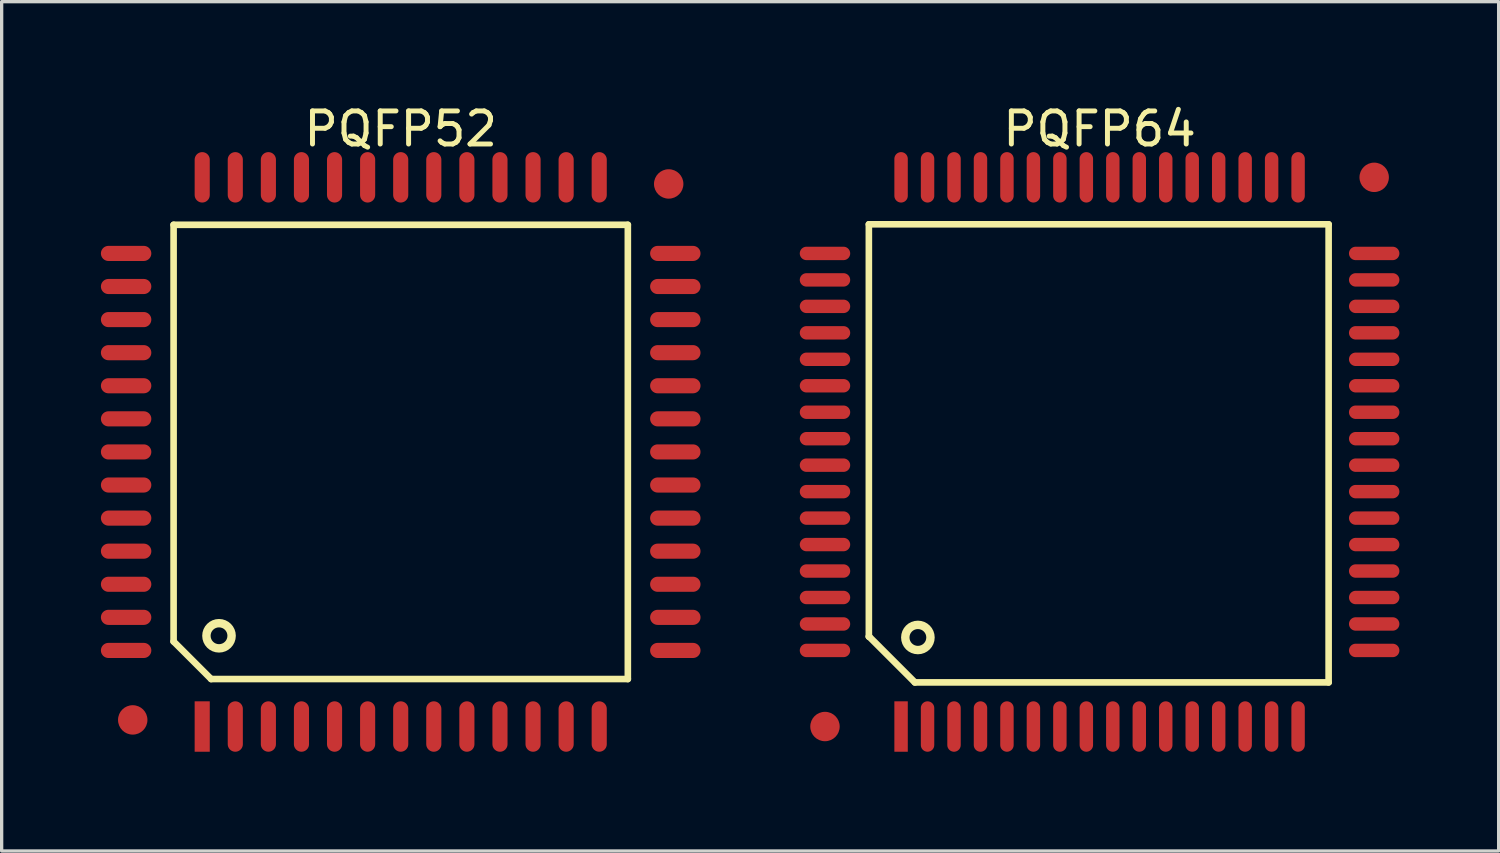
<source format=kicad_pcb>
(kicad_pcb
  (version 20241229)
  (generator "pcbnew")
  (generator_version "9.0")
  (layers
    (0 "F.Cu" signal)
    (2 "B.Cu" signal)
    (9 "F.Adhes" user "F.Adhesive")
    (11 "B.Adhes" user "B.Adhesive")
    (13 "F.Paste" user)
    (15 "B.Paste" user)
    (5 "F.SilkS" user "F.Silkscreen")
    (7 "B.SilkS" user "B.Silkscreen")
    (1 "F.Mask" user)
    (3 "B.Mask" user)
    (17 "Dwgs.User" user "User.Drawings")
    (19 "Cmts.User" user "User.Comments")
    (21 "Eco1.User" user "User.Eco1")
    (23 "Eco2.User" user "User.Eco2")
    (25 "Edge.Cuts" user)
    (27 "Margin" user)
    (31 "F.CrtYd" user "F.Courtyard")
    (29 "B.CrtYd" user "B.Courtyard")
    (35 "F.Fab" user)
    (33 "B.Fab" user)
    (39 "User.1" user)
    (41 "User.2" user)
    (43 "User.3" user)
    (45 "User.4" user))
  (footprint "PQFP52"
    (layer "F.Cu")
    (at 3.062 18.91)
    (property "Reference" "PQFP52" (at 6 -18.062 0) (layer "F.SilkS") (effects (font (size 1 1) (thickness 0.15))))
    (fp_line (start -0.865 -15.165) (end 12.865 -15.165) (stroke (width 0.2) (type solid)) (layer "F.SilkS"))
    (fp_line (start -0.865 -2.57) (end -0.865 -15.165) (stroke (width 0.2) (type solid)) (layer "F.SilkS"))
    (fp_line (start -0.865 -2.57) (end 0.27 -1.435) (stroke (width 0.2) (type solid)) (layer "F.SilkS"))
    (fp_line (start 0.27 -1.435) (end 12.865 -1.435) (stroke (width 0.2) (type solid)) (layer "F.SilkS"))
    (fp_line (start 12.865 -1.435) (end 12.865 -15.165) (stroke (width 0.2) (type solid)) (layer "F.SilkS"))
    (fp_circle (center 0.508 -2.743) (end 0.508 -3.124) (stroke (width 0.254) (type solid)) (fill no) (layer "F.SilkS"))
    (pad "0" smd circle (at -2.1 -0.2 90) (size 0.889 0.889) (layers "F.Cu" "F.Mask" "F.Paste"))
    (pad "0" smd circle (at 14.1 -16.4 90) (size 0.889 0.889) (layers "F.Cu" "F.Mask" "F.Paste"))
    (pad "1" smd rect (at 0 0 180) (size 0.457 1.524) (layers "F.Cu" "F.Mask" "F.Paste"))
    (pad "2" smd oval (at 1 0 180) (size 0.457 1.524) (layers "F.Cu" "F.Mask" "F.Paste"))
    (pad "3" smd oval (at 2 0 180) (size 0.457 1.524) (layers "F.Cu" "F.Mask" "F.Paste"))
    (pad "4" smd oval (at 3 0 180) (size 0.457 1.524) (layers "F.Cu" "F.Mask" "F.Paste"))
    (pad "5" smd oval (at 4 0 180) (size 0.457 1.524) (layers "F.Cu" "F.Mask" "F.Paste"))
    (pad "6" smd oval (at 5 0 180) (size 0.457 1.524) (layers "F.Cu" "F.Mask" "F.Paste"))
    (pad "7" smd oval (at 6 0 180) (size 0.457 1.524) (layers "F.Cu" "F.Mask" "F.Paste"))
    (pad "8" smd oval (at 7 0 180) (size 0.457 1.524) (layers "F.Cu" "F.Mask" "F.Paste"))
    (pad "9" smd oval (at 8 0 180) (size 0.457 1.524) (layers "F.Cu" "F.Mask" "F.Paste"))
    (pad "10" smd oval (at 9 0 180) (size 0.457 1.524) (layers "F.Cu" "F.Mask" "F.Paste"))
    (pad "11" smd oval (at 10 0 180) (size 0.457 1.524) (layers "F.Cu" "F.Mask" "F.Paste"))
    (pad "12" smd oval (at 11 0 180) (size 0.457 1.524) (layers "F.Cu" "F.Mask" "F.Paste"))
    (pad "13" smd oval (at 12 0 180) (size 0.457 1.524) (layers "F.Cu" "F.Mask" "F.Paste"))
    (pad "14" smd oval (at 14.3 -2.3 90) (size 0.457 1.524) (layers "F.Cu" "F.Mask" "F.Paste"))
    (pad "15" smd oval (at 14.3 -3.3 90) (size 0.457 1.524) (layers "F.Cu" "F.Mask" "F.Paste"))
    (pad "16" smd oval (at 14.3 -4.3 90) (size 0.457 1.524) (layers "F.Cu" "F.Mask" "F.Paste"))
    (pad "17" smd oval (at 14.3 -5.3 90) (size 0.457 1.524) (layers "F.Cu" "F.Mask" "F.Paste"))
    (pad "18" smd oval (at 14.3 -6.3 90) (size 0.457 1.524) (layers "F.Cu" "F.Mask" "F.Paste"))
    (pad "19" smd oval (at 14.3 -7.3 90) (size 0.457 1.524) (layers "F.Cu" "F.Mask" "F.Paste"))
    (pad "20" smd oval (at 14.3 -8.3 90) (size 0.457 1.524) (layers "F.Cu" "F.Mask" "F.Paste"))
    (pad "21" smd oval (at 14.3 -9.3 90) (size 0.457 1.524) (layers "F.Cu" "F.Mask" "F.Paste"))
    (pad "22" smd oval (at 14.3 -10.3 90) (size 0.457 1.524) (layers "F.Cu" "F.Mask" "F.Paste"))
    (pad "23" smd oval (at 14.3 -11.3 90) (size 0.457 1.524) (layers "F.Cu" "F.Mask" "F.Paste"))
    (pad "24" smd oval (at 14.3 -12.3 90) (size 0.457 1.524) (layers "F.Cu" "F.Mask" "F.Paste"))
    (pad "25" smd oval (at 14.3 -13.3 90) (size 0.457 1.524) (layers "F.Cu" "F.Mask" "F.Paste"))
    (pad "26" smd oval (at 14.3 -14.3 90) (size 0.457 1.524) (layers "F.Cu" "F.Mask" "F.Paste"))
    (pad "27" smd oval (at 12 -16.6 180) (size 0.457 1.524) (layers "F.Cu" "F.Mask" "F.Paste"))
    (pad "28" smd oval (at 11 -16.6 180) (size 0.457 1.524) (layers "F.Cu" "F.Mask" "F.Paste"))
    (pad "29" smd oval (at 10 -16.6 180) (size 0.457 1.524) (layers "F.Cu" "F.Mask" "F.Paste"))
    (pad "30" smd oval (at 9 -16.6 180) (size 0.457 1.524) (layers "F.Cu" "F.Mask" "F.Paste"))
    (pad "31" smd oval (at 8 -16.6 180) (size 0.457 1.524) (layers "F.Cu" "F.Mask" "F.Paste"))
    (pad "32" smd oval (at 7 -16.6 180) (size 0.457 1.524) (layers "F.Cu" "F.Mask" "F.Paste"))
    (pad "33" smd oval (at 6 -16.6 180) (size 0.457 1.524) (layers "F.Cu" "F.Mask" "F.Paste"))
    (pad "34" smd oval (at 5 -16.6 180) (size 0.457 1.524) (layers "F.Cu" "F.Mask" "F.Paste"))
    (pad "35" smd oval (at 4 -16.6 180) (size 0.457 1.524) (layers "F.Cu" "F.Mask" "F.Paste"))
    (pad "36" smd oval (at 3 -16.6 180) (size 0.457 1.524) (layers "F.Cu" "F.Mask" "F.Paste"))
    (pad "37" smd oval (at 2 -16.6 180) (size 0.457 1.524) (layers "F.Cu" "F.Mask" "F.Paste"))
    (pad "38" smd oval (at 1 -16.6 180) (size 0.457 1.524) (layers "F.Cu" "F.Mask" "F.Paste"))
    (pad "39" smd oval (at 0 -16.6 180) (size 0.457 1.524) (layers "F.Cu" "F.Mask" "F.Paste"))
    (pad "40" smd oval (at -2.3 -14.3 90) (size 0.457 1.524) (layers "F.Cu" "F.Mask" "F.Paste"))
    (pad "41" smd oval (at -2.3 -13.3 90) (size 0.457 1.524) (layers "F.Cu" "F.Mask" "F.Paste"))
    (pad "42" smd oval (at -2.3 -12.3 90) (size 0.457 1.524) (layers "F.Cu" "F.Mask" "F.Paste"))
    (pad "43" smd oval (at -2.3 -11.3 90) (size 0.457 1.524) (layers "F.Cu" "F.Mask" "F.Paste"))
    (pad "44" smd oval (at -2.3 -10.3 90) (size 0.457 1.524) (layers "F.Cu" "F.Mask" "F.Paste"))
    (pad "45" smd oval (at -2.3 -9.3 90) (size 0.457 1.524) (layers "F.Cu" "F.Mask" "F.Paste"))
    (pad "46" smd oval (at -2.3 -8.3 90) (size 0.457 1.524) (layers "F.Cu" "F.Mask" "F.Paste"))
    (pad "47" smd oval (at -2.3 -7.3 90) (size 0.457 1.524) (layers "F.Cu" "F.Mask" "F.Paste"))
    (pad "48" smd oval (at -2.3 -6.3 90) (size 0.457 1.524) (layers "F.Cu" "F.Mask" "F.Paste"))
    (pad "49" smd oval (at -2.3 -5.3 90) (size 0.457 1.524) (layers "F.Cu" "F.Mask" "F.Paste"))
    (pad "50" smd oval (at -2.3 -4.3 90) (size 0.457 1.524) (layers "F.Cu" "F.Mask" "F.Paste"))
    (pad "51" smd oval (at -2.3 -3.3 90) (size 0.457 1.524) (layers "F.Cu" "F.Mask" "F.Paste"))
    (pad "52" smd oval (at -2.3 -2.3 90) (size 0.457 1.524) (layers "F.Cu" "F.Mask" "F.Paste")))
  (footprint "PQFP64"
    (layer "F.Cu")
    (at 24.186 18.91)
    (property "Reference" "PQFP64" (at 6 -18.062 0) (layer "F.SilkS") (effects (font (size 1 1) (thickness 0.15))))
    (fp_line (start -0.974 -15.18) (end 12.923 -15.18) (stroke (width 0.2) (type solid)) (layer "F.SilkS"))
    (fp_line (start -0.974 -2.719) (end -0.974 -15.18) (stroke (width 0.2) (type solid)) (layer "F.SilkS"))
    (fp_line (start -0.974 -2.719) (end -0.967 -2.719) (stroke (width 0.203) (type solid)) (layer "F.SilkS"))
    (fp_line (start -0.967 -2.719) (end 0.418 -1.334) (stroke (width 0.203) (type solid)) (layer "F.SilkS"))
    (fp_line (start 0.418 -1.334) (end 12.923 -1.334) (stroke (width 0.203) (type solid)) (layer "F.SilkS"))
    (fp_line (start 12.923 -1.334) (end 12.923 -15.18) (stroke (width 0.2) (type solid)) (layer "F.SilkS"))
    (fp_circle (center 0.508 -2.692) (end 0.508 -3.073) (stroke (width 0.254) (type solid)) (fill no) (layer "F.SilkS"))
    (pad "0" smd circle (at -2.3 0) (size 0.889 0.889) (layers "F.Cu" "F.Mask" "F.Paste"))
    (pad "0" smd circle (at 14.3 -16.6) (size 0.889 0.889) (layers "F.Cu" "F.Mask" "F.Paste"))
    (pad "1" smd rect (at 0 0 180) (size 0.406 1.524) (layers "F.Cu" "F.Mask" "F.Paste"))
    (pad "2" smd oval (at 0.8 0 180) (size 0.406 1.524) (layers "F.Cu" "F.Mask" "F.Paste"))
    (pad "3" smd oval (at 1.6 0 180) (size 0.406 1.524) (layers "F.Cu" "F.Mask" "F.Paste"))
    (pad "4" smd oval (at 2.4 0 180) (size 0.406 1.524) (layers "F.Cu" "F.Mask" "F.Paste"))
    (pad "5" smd oval (at 3.2 0 180) (size 0.406 1.524) (layers "F.Cu" "F.Mask" "F.Paste"))
    (pad "6" smd oval (at 4 0 180) (size 0.406 1.524) (layers "F.Cu" "F.Mask" "F.Paste"))
    (pad "7" smd oval (at 4.8 0 180) (size 0.406 1.524) (layers "F.Cu" "F.Mask" "F.Paste"))
    (pad "8" smd oval (at 5.6 0 180) (size 0.406 1.524) (layers "F.Cu" "F.Mask" "F.Paste"))
    (pad "9" smd oval (at 6.4 0 180) (size 0.406 1.524) (layers "F.Cu" "F.Mask" "F.Paste"))
    (pad "10" smd oval (at 7.2 0 180) (size 0.406 1.524) (layers "F.Cu" "F.Mask" "F.Paste"))
    (pad "11" smd oval (at 8 0 180) (size 0.406 1.524) (layers "F.Cu" "F.Mask" "F.Paste"))
    (pad "12" smd oval (at 8.8 0 180) (size 0.406 1.524) (layers "F.Cu" "F.Mask" "F.Paste"))
    (pad "13" smd oval (at 9.6 0 180) (size 0.406 1.524) (layers "F.Cu" "F.Mask" "F.Paste"))
    (pad "14" smd oval (at 10.4 0 180) (size 0.406 1.524) (layers "F.Cu" "F.Mask" "F.Paste"))
    (pad "15" smd oval (at 11.2 0 180) (size 0.406 1.524) (layers "F.Cu" "F.Mask" "F.Paste"))
    (pad "16" smd oval (at 12 0 180) (size 0.406 1.524) (layers "F.Cu" "F.Mask" "F.Paste"))
    (pad "17" smd oval (at 14.3 -2.3 90) (size 0.406 1.524) (layers "F.Cu" "F.Mask" "F.Paste"))
    (pad "18" smd oval (at 14.3 -3.1 90) (size 0.406 1.524) (layers "F.Cu" "F.Mask" "F.Paste"))
    (pad "19" smd oval (at 14.3 -3.9 90) (size 0.406 1.524) (layers "F.Cu" "F.Mask" "F.Paste"))
    (pad "20" smd oval (at 14.3 -4.7 90) (size 0.406 1.524) (layers "F.Cu" "F.Mask" "F.Paste"))
    (pad "21" smd oval (at 14.3 -5.5 90) (size 0.406 1.524) (layers "F.Cu" "F.Mask" "F.Paste"))
    (pad "22" smd oval (at 14.3 -6.3 90) (size 0.406 1.524) (layers "F.Cu" "F.Mask" "F.Paste"))
    (pad "23" smd oval (at 14.3 -7.1 90) (size 0.406 1.524) (layers "F.Cu" "F.Mask" "F.Paste"))
    (pad "24" smd oval (at 14.3 -7.9 90) (size 0.406 1.524) (layers "F.Cu" "F.Mask" "F.Paste"))
    (pad "25" smd oval (at 14.3 -8.7 90) (size 0.406 1.524) (layers "F.Cu" "F.Mask" "F.Paste"))
    (pad "26" smd oval (at 14.3 -9.5 90) (size 0.406 1.524) (layers "F.Cu" "F.Mask" "F.Paste"))
    (pad "27" smd oval (at 14.3 -10.3 90) (size 0.406 1.524) (layers "F.Cu" "F.Mask" "F.Paste"))
    (pad "28" smd oval (at 14.3 -11.1 90) (size 0.406 1.524) (layers "F.Cu" "F.Mask" "F.Paste"))
    (pad "29" smd oval (at 14.3 -11.9 90) (size 0.406 1.524) (layers "F.Cu" "F.Mask" "F.Paste"))
    (pad "30" smd oval (at 14.3 -12.7 90) (size 0.406 1.524) (layers "F.Cu" "F.Mask" "F.Paste"))
    (pad "31" smd oval (at 14.3 -13.5 90) (size 0.406 1.524) (layers "F.Cu" "F.Mask" "F.Paste"))
    (pad "32" smd oval (at 14.3 -14.3 90) (size 0.406 1.524) (layers "F.Cu" "F.Mask" "F.Paste"))
    (pad "33" smd oval (at 12 -16.6 180) (size 0.406 1.524) (layers "F.Cu" "F.Mask" "F.Paste"))
    (pad "34" smd oval (at 11.2 -16.6 180) (size 0.406 1.524) (layers "F.Cu" "F.Mask" "F.Paste"))
    (pad "35" smd oval (at 10.4 -16.6 180) (size 0.406 1.524) (layers "F.Cu" "F.Mask" "F.Paste"))
    (pad "36" smd oval (at 9.6 -16.6 180) (size 0.406 1.524) (layers "F.Cu" "F.Mask" "F.Paste"))
    (pad "37" smd oval (at 8.8 -16.6 180) (size 0.406 1.524) (layers "F.Cu" "F.Mask" "F.Paste"))
    (pad "38" smd oval (at 8 -16.6 180) (size 0.406 1.524) (layers "F.Cu" "F.Mask" "F.Paste"))
    (pad "39" smd oval (at 7.2 -16.6 180) (size 0.406 1.524) (layers "F.Cu" "F.Mask" "F.Paste"))
    (pad "40" smd oval (at 6.4 -16.6 180) (size 0.406 1.524) (layers "F.Cu" "F.Mask" "F.Paste"))
    (pad "41" smd oval (at 5.6 -16.6 180) (size 0.406 1.524) (layers "F.Cu" "F.Mask" "F.Paste"))
    (pad "42" smd oval (at 4.8 -16.6 180) (size 0.406 1.524) (layers "F.Cu" "F.Mask" "F.Paste"))
    (pad "43" smd oval (at 4 -16.6 180) (size 0.406 1.524) (layers "F.Cu" "F.Mask" "F.Paste"))
    (pad "44" smd oval (at 3.2 -16.6 180) (size 0.406 1.524) (layers "F.Cu" "F.Mask" "F.Paste"))
    (pad "45" smd oval (at 2.4 -16.6 180) (size 0.406 1.524) (layers "F.Cu" "F.Mask" "F.Paste"))
    (pad "46" smd oval (at 1.6 -16.6 180) (size 0.406 1.524) (layers "F.Cu" "F.Mask" "F.Paste"))
    (pad "47" smd oval (at 0.8 -16.6 180) (size 0.406 1.524) (layers "F.Cu" "F.Mask" "F.Paste"))
    (pad "48" smd oval (at 0 -16.6 180) (size 0.406 1.524) (layers "F.Cu" "F.Mask" "F.Paste"))
    (pad "49" smd oval (at -2.3 -14.3 90) (size 0.406 1.524) (layers "F.Cu" "F.Mask" "F.Paste"))
    (pad "50" smd oval (at -2.3 -13.5 90) (size 0.406 1.524) (layers "F.Cu" "F.Mask" "F.Paste"))
    (pad "51" smd oval (at -2.3 -12.7 90) (size 0.406 1.524) (layers "F.Cu" "F.Mask" "F.Paste"))
    (pad "52" smd oval (at -2.3 -11.9 90) (size 0.406 1.524) (layers "F.Cu" "F.Mask" "F.Paste"))
    (pad "53" smd oval (at -2.3 -11.1 90) (size 0.406 1.524) (layers "F.Cu" "F.Mask" "F.Paste"))
    (pad "54" smd oval (at -2.3 -10.3 90) (size 0.406 1.524) (layers "F.Cu" "F.Mask" "F.Paste"))
    (pad "55" smd oval (at -2.3 -9.5 90) (size 0.406 1.524) (layers "F.Cu" "F.Mask" "F.Paste"))
    (pad "56" smd oval (at -2.3 -8.7 90) (size 0.406 1.524) (layers "F.Cu" "F.Mask" "F.Paste"))
    (pad "57" smd oval (at -2.3 -7.9 90) (size 0.406 1.524) (layers "F.Cu" "F.Mask" "F.Paste"))
    (pad "58" smd oval (at -2.3 -7.1 90) (size 0.406 1.524) (layers "F.Cu" "F.Mask" "F.Paste"))
    (pad "59" smd oval (at -2.3 -6.3 90) (size 0.406 1.524) (layers "F.Cu" "F.Mask" "F.Paste"))
    (pad "60" smd oval (at -2.3 -5.5 90) (size 0.406 1.524) (layers "F.Cu" "F.Mask" "F.Paste"))
    (pad "61" smd oval (at -2.3 -4.7 90) (size 0.406 1.524) (layers "F.Cu" "F.Mask" "F.Paste"))
    (pad "62" smd oval (at -2.3 -3.9 90) (size 0.406 1.524) (layers "F.Cu" "F.Mask" "F.Paste"))
    (pad "63" smd oval (at -2.3 -3.1 90) (size 0.406 1.524) (layers "F.Cu" "F.Mask" "F.Paste"))
    (pad "64" smd oval (at -2.3 -2.3 90) (size 0.406 1.524) (layers "F.Cu" "F.Mask" "F.Paste")))
  (gr_rect
    (start -3 -3)
    (end 42.248 22.672)
    (stroke (width 0.1) (type default))
    (fill no)
    (layer "Edge.Cuts")))
</source>
